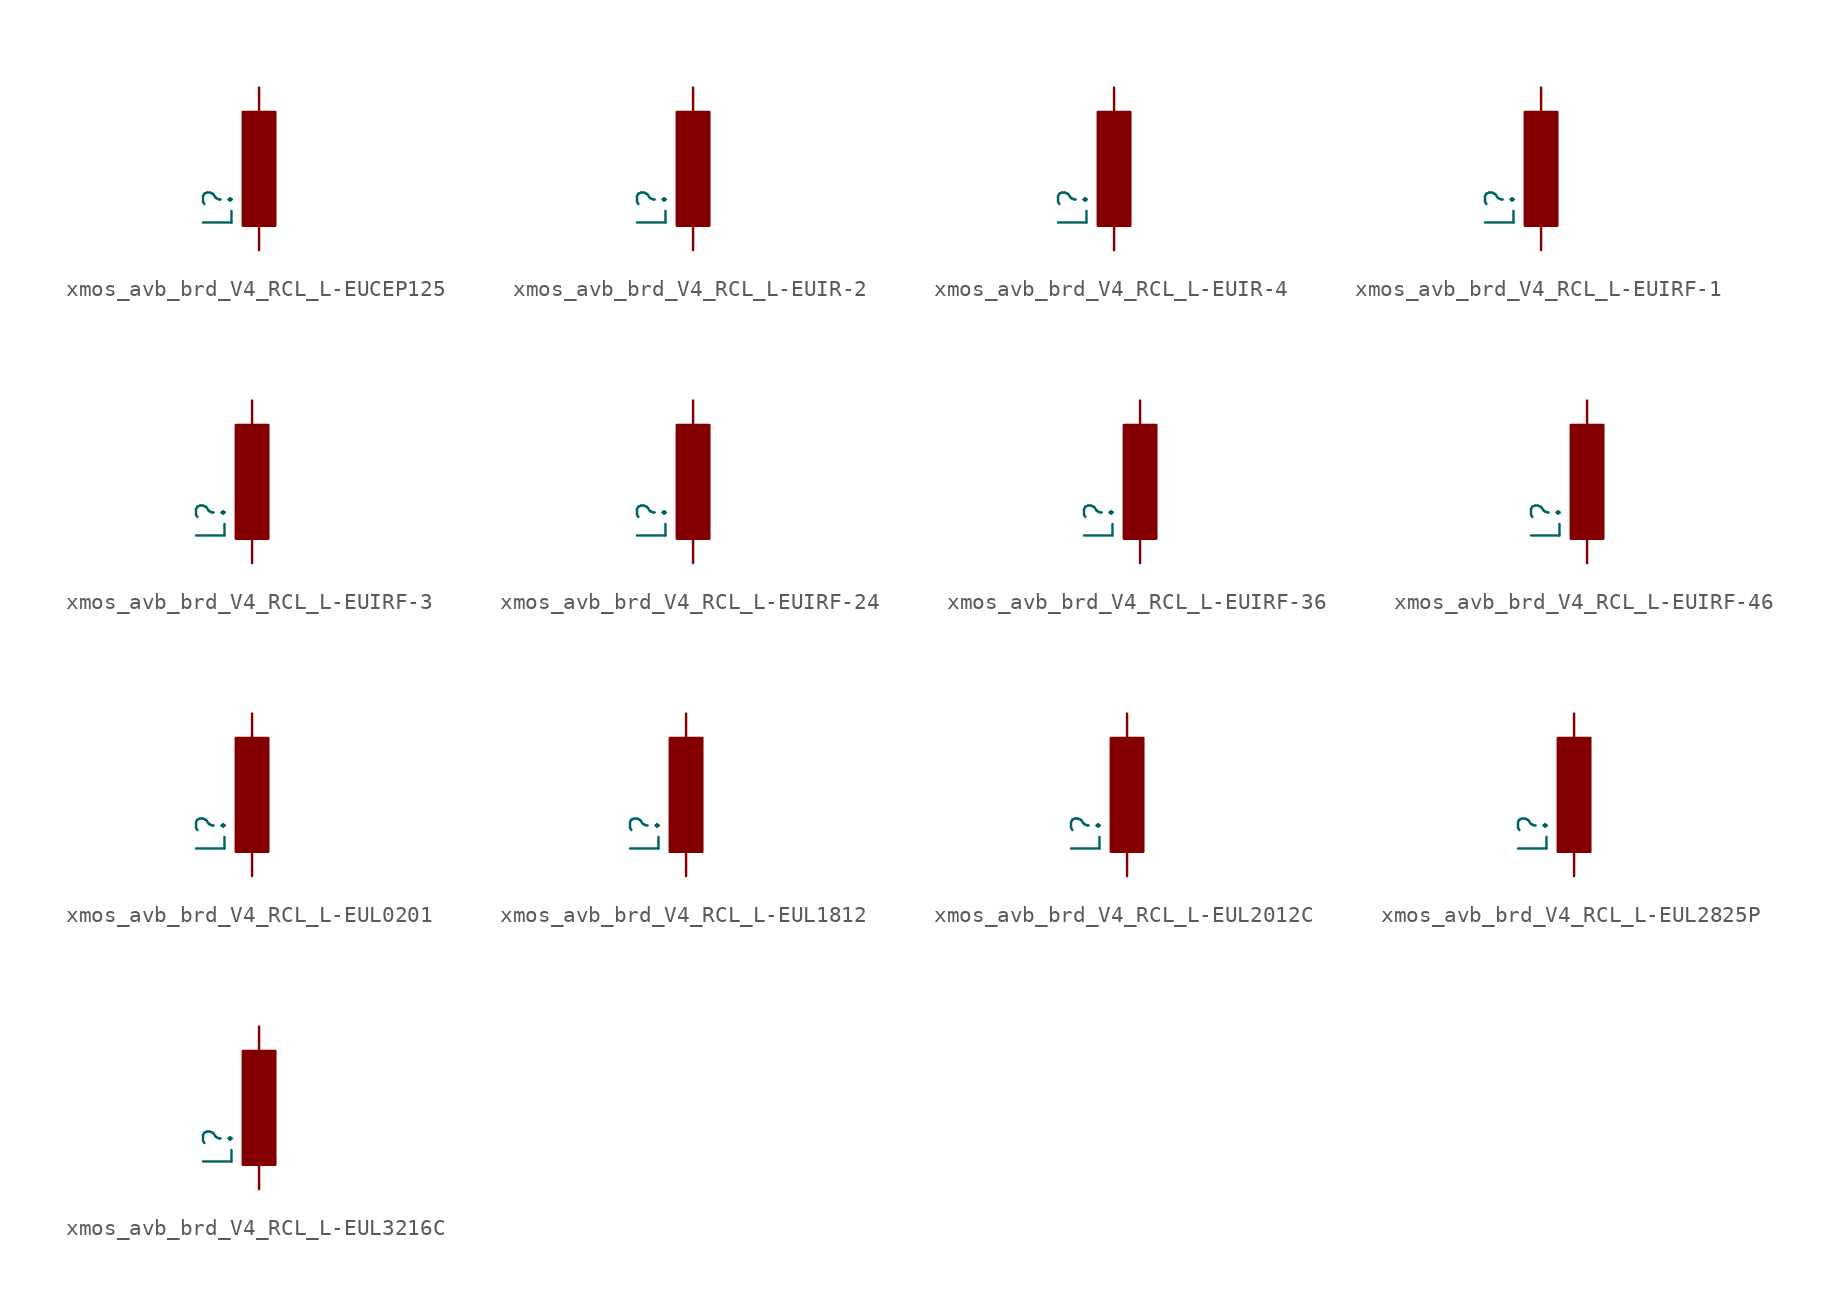
<source format=kicad_sym>
(kicad_symbol_lib
  (version 20241209)
  (generator "kicad_symbol_editor")
  (generator_version "9.0")
  (symbol "xmos_avb_brd_V4_RCL_L-EUCEP125"
    (property "Reference" "L"
      (at -1.499 -3.81 90)
      (effects (font (size 1.778 1.511)) (justify left bottom)))
    (property "Value" ""
      (at 3.302 -3.81 90)
      (effects (font (size 1.778 1.511)) (justify left bottom)))
    (property "ki_locked" ""
      (at 0 0 0)
      (effects (font (size 1.27 1.27))))
    (symbol "xmos_avb_brd_V4_RCL_L-EUCEP125_1_0"
      (rectangle (start -1.016 -3.556) (end 1.016 3.556) (stroke (width 0) (type default)) (fill (type outline)))
      (pin passive line (at 0 5.08 270) (length 2.54) (name "1" (effects (font (size 0 0)))) (number "1" (effects (font (size 0 0)))))
      (pin passive line (at 0 -5.08 90) (length 2.54) (name "2" (effects (font (size 0 0)))) (number "2" (effects (font (size 0 0)))))))
  (symbol "xmos_avb_brd_V4_RCL_L-EUIR-2"
    (property "Reference" "L"
      (at -1.499 -3.81 90)
      (effects (font (size 1.778 1.511)) (justify left bottom)))
    (property "Value" ""
      (at 3.302 -3.81 90)
      (effects (font (size 1.778 1.511)) (justify left bottom)))
    (property "ki_locked" ""
      (at 0 0 0)
      (effects (font (size 1.27 1.27))))
    (symbol "xmos_avb_brd_V4_RCL_L-EUIR-2_1_0"
      (rectangle (start -1.016 -3.556) (end 1.016 3.556) (stroke (width 0) (type default)) (fill (type outline)))
      (pin passive line (at 0 5.08 270) (length 2.54) (name "1" (effects (font (size 0 0)))) (number "1" (effects (font (size 0 0)))))
      (pin passive line (at 0 -5.08 90) (length 2.54) (name "2" (effects (font (size 0 0)))) (number "2" (effects (font (size 0 0)))))))
  (symbol "xmos_avb_brd_V4_RCL_L-EUIR-4"
    (property "Reference" "L"
      (at -1.499 -3.81 90)
      (effects (font (size 1.778 1.511)) (justify left bottom)))
    (property "Value" ""
      (at 3.302 -3.81 90)
      (effects (font (size 1.778 1.511)) (justify left bottom)))
    (property "ki_locked" ""
      (at 0 0 0)
      (effects (font (size 1.27 1.27))))
    (symbol "xmos_avb_brd_V4_RCL_L-EUIR-4_1_0"
      (rectangle (start -1.016 -3.556) (end 1.016 3.556) (stroke (width 0) (type default)) (fill (type outline)))
      (pin passive line (at 0 5.08 270) (length 2.54) (name "1" (effects (font (size 0 0)))) (number "1" (effects (font (size 0 0)))))
      (pin passive line (at 0 -5.08 90) (length 2.54) (name "2" (effects (font (size 0 0)))) (number "2" (effects (font (size 0 0)))))))
  (symbol "xmos_avb_brd_V4_RCL_L-EUIRF-1"
    (property "Reference" "L"
      (at -1.499 -3.81 90)
      (effects (font (size 1.778 1.511)) (justify left bottom)))
    (property "Value" ""
      (at 3.302 -3.81 90)
      (effects (font (size 1.778 1.511)) (justify left bottom)))
    (property "ki_locked" ""
      (at 0 0 0)
      (effects (font (size 1.27 1.27))))
    (symbol "xmos_avb_brd_V4_RCL_L-EUIRF-1_1_0"
      (rectangle (start -1.016 -3.556) (end 1.016 3.556) (stroke (width 0) (type default)) (fill (type outline)))
      (pin passive line (at 0 5.08 270) (length 2.54) (name "1" (effects (font (size 0 0)))) (number "1" (effects (font (size 0 0)))))
      (pin passive line (at 0 -5.08 90) (length 2.54) (name "2" (effects (font (size 0 0)))) (number "2" (effects (font (size 0 0)))))))
  (symbol "xmos_avb_brd_V4_RCL_L-EUIRF-3"
    (property "Reference" "L"
      (at -1.499 -3.81 90)
      (effects (font (size 1.778 1.511)) (justify left bottom)))
    (property "Value" ""
      (at 3.302 -3.81 90)
      (effects (font (size 1.778 1.511)) (justify left bottom)))
    (property "ki_locked" ""
      (at 0 0 0)
      (effects (font (size 1.27 1.27))))
    (symbol "xmos_avb_brd_V4_RCL_L-EUIRF-3_1_0"
      (rectangle (start -1.016 -3.556) (end 1.016 3.556) (stroke (width 0) (type default)) (fill (type outline)))
      (pin passive line (at 0 5.08 270) (length 2.54) (name "1" (effects (font (size 0 0)))) (number "1" (effects (font (size 0 0)))))
      (pin passive line (at 0 -5.08 90) (length 2.54) (name "2" (effects (font (size 0 0)))) (number "2" (effects (font (size 0 0)))))))
  (symbol "xmos_avb_brd_V4_RCL_L-EUIRF-24"
    (property "Reference" "L"
      (at -1.499 -3.81 90)
      (effects (font (size 1.778 1.511)) (justify left bottom)))
    (property "Value" ""
      (at 3.302 -3.81 90)
      (effects (font (size 1.778 1.511)) (justify left bottom)))
    (property "ki_locked" ""
      (at 0 0 0)
      (effects (font (size 1.27 1.27))))
    (symbol "xmos_avb_brd_V4_RCL_L-EUIRF-24_1_0"
      (rectangle (start -1.016 -3.556) (end 1.016 3.556) (stroke (width 0) (type default)) (fill (type outline)))
      (pin passive line (at 0 5.08 270) (length 2.54) (name "1" (effects (font (size 0 0)))) (number "1" (effects (font (size 0 0)))))
      (pin passive line (at 0 -5.08 90) (length 2.54) (name "2" (effects (font (size 0 0)))) (number "2" (effects (font (size 0 0)))))))
  (symbol "xmos_avb_brd_V4_RCL_L-EUIRF-36"
    (property "Reference" "L"
      (at -1.499 -3.81 90)
      (effects (font (size 1.778 1.511)) (justify left bottom)))
    (property "Value" ""
      (at 3.302 -3.81 90)
      (effects (font (size 1.778 1.511)) (justify left bottom)))
    (property "ki_locked" ""
      (at 0 0 0)
      (effects (font (size 1.27 1.27))))
    (symbol "xmos_avb_brd_V4_RCL_L-EUIRF-36_1_0"
      (rectangle (start -1.016 -3.556) (end 1.016 3.556) (stroke (width 0) (type default)) (fill (type outline)))
      (pin passive line (at 0 5.08 270) (length 2.54) (name "1" (effects (font (size 0 0)))) (number "1" (effects (font (size 0 0)))))
      (pin passive line (at 0 -5.08 90) (length 2.54) (name "2" (effects (font (size 0 0)))) (number "2" (effects (font (size 0 0)))))))
  (symbol "xmos_avb_brd_V4_RCL_L-EUIRF-46"
    (property "Reference" "L"
      (at -1.499 -3.81 90)
      (effects (font (size 1.778 1.511)) (justify left bottom)))
    (property "Value" ""
      (at 3.302 -3.81 90)
      (effects (font (size 1.778 1.511)) (justify left bottom)))
    (property "ki_locked" ""
      (at 0 0 0)
      (effects (font (size 1.27 1.27))))
    (symbol "xmos_avb_brd_V4_RCL_L-EUIRF-46_1_0"
      (rectangle (start -1.016 -3.556) (end 1.016 3.556) (stroke (width 0) (type default)) (fill (type outline)))
      (pin passive line (at 0 5.08 270) (length 2.54) (name "1" (effects (font (size 0 0)))) (number "1" (effects (font (size 0 0)))))
      (pin passive line (at 0 -5.08 90) (length 2.54) (name "2" (effects (font (size 0 0)))) (number "2" (effects (font (size 0 0)))))))
  (symbol "xmos_avb_brd_V4_RCL_L-EUL0201"
    (property "Reference" "L"
      (at -1.499 -3.81 90)
      (effects (font (size 1.778 1.511)) (justify left bottom)))
    (property "Value" ""
      (at 3.302 -3.81 90)
      (effects (font (size 1.778 1.511)) (justify left bottom)))
    (property "ki_locked" ""
      (at 0 0 0)
      (effects (font (size 1.27 1.27))))
    (symbol "xmos_avb_brd_V4_RCL_L-EUL0201_1_0"
      (rectangle (start -1.016 -3.556) (end 1.016 3.556) (stroke (width 0) (type default)) (fill (type outline)))
      (pin passive line (at 0 5.08 270) (length 2.54) (name "1" (effects (font (size 0 0)))) (number "1" (effects (font (size 0 0)))))
      (pin passive line (at 0 -5.08 90) (length 2.54) (name "2" (effects (font (size 0 0)))) (number "2" (effects (font (size 0 0)))))))
  (symbol "xmos_avb_brd_V4_RCL_L-EUL1812"
    (property "Reference" "L"
      (at -1.499 -3.81 90)
      (effects (font (size 1.778 1.511)) (justify left bottom)))
    (property "Value" ""
      (at 3.302 -3.81 90)
      (effects (font (size 1.778 1.511)) (justify left bottom)))
    (property "ki_locked" ""
      (at 0 0 0)
      (effects (font (size 1.27 1.27))))
    (symbol "xmos_avb_brd_V4_RCL_L-EUL1812_1_0"
      (rectangle (start -1.016 -3.556) (end 1.016 3.556) (stroke (width 0) (type default)) (fill (type outline)))
      (pin passive line (at 0 5.08 270) (length 2.54) (name "1" (effects (font (size 0 0)))) (number "1" (effects (font (size 0 0)))))
      (pin passive line (at 0 -5.08 90) (length 2.54) (name "2" (effects (font (size 0 0)))) (number "2" (effects (font (size 0 0)))))))
  (symbol "xmos_avb_brd_V4_RCL_L-EUL2012C"
    (property "Reference" "L"
      (at -1.499 -3.81 90)
      (effects (font (size 1.778 1.511)) (justify left bottom)))
    (property "Value" ""
      (at 3.302 -3.81 90)
      (effects (font (size 1.778 1.511)) (justify left bottom)))
    (property "ki_locked" ""
      (at 0 0 0)
      (effects (font (size 1.27 1.27))))
    (symbol "xmos_avb_brd_V4_RCL_L-EUL2012C_1_0"
      (rectangle (start -1.016 -3.556) (end 1.016 3.556) (stroke (width 0) (type default)) (fill (type outline)))
      (pin passive line (at 0 5.08 270) (length 2.54) (name "1" (effects (font (size 0 0)))) (number "1" (effects (font (size 0 0)))))
      (pin passive line (at 0 -5.08 90) (length 2.54) (name "2" (effects (font (size 0 0)))) (number "2" (effects (font (size 0 0)))))))
  (symbol "xmos_avb_brd_V4_RCL_L-EUL2825P"
    (property "Reference" "L"
      (at -1.499 -3.81 90)
      (effects (font (size 1.778 1.511)) (justify left bottom)))
    (property "Value" ""
      (at 3.302 -3.81 90)
      (effects (font (size 1.778 1.511)) (justify left bottom)))
    (property "ki_locked" ""
      (at 0 0 0)
      (effects (font (size 1.27 1.27))))
    (symbol "xmos_avb_brd_V4_RCL_L-EUL2825P_1_0"
      (rectangle (start -1.016 -3.556) (end 1.016 3.556) (stroke (width 0) (type default)) (fill (type outline)))
      (pin passive line (at 0 5.08 270) (length 2.54) (name "1" (effects (font (size 0 0)))) (number "1" (effects (font (size 0 0)))))
      (pin passive line (at 0 -5.08 90) (length 2.54) (name "2" (effects (font (size 0 0)))) (number "2" (effects (font (size 0 0)))))))
  (symbol "xmos_avb_brd_V4_RCL_L-EUL3216C"
    (property "Reference" "L"
      (at -1.499 -3.81 90)
      (effects (font (size 1.778 1.511)) (justify left bottom)))
    (property "Value" ""
      (at 3.302 -3.81 90)
      (effects (font (size 1.778 1.511)) (justify left bottom)))
    (property "ki_locked" ""
      (at 0 0 0)
      (effects (font (size 1.27 1.27))))
    (symbol "xmos_avb_brd_V4_RCL_L-EUL3216C_1_0"
      (rectangle (start -1.016 -3.556) (end 1.016 3.556) (stroke (width 0) (type default)) (fill (type outline)))
      (pin passive line (at 0 5.08 270) (length 2.54) (name "1" (effects (font (size 0 0)))) (number "1" (effects (font (size 0 0)))))
      (pin passive line (at 0 -5.08 90) (length 2.54) (name "2" (effects (font (size 0 0)))) (number "2" (effects (font (size 0 0))))))))
</source>
